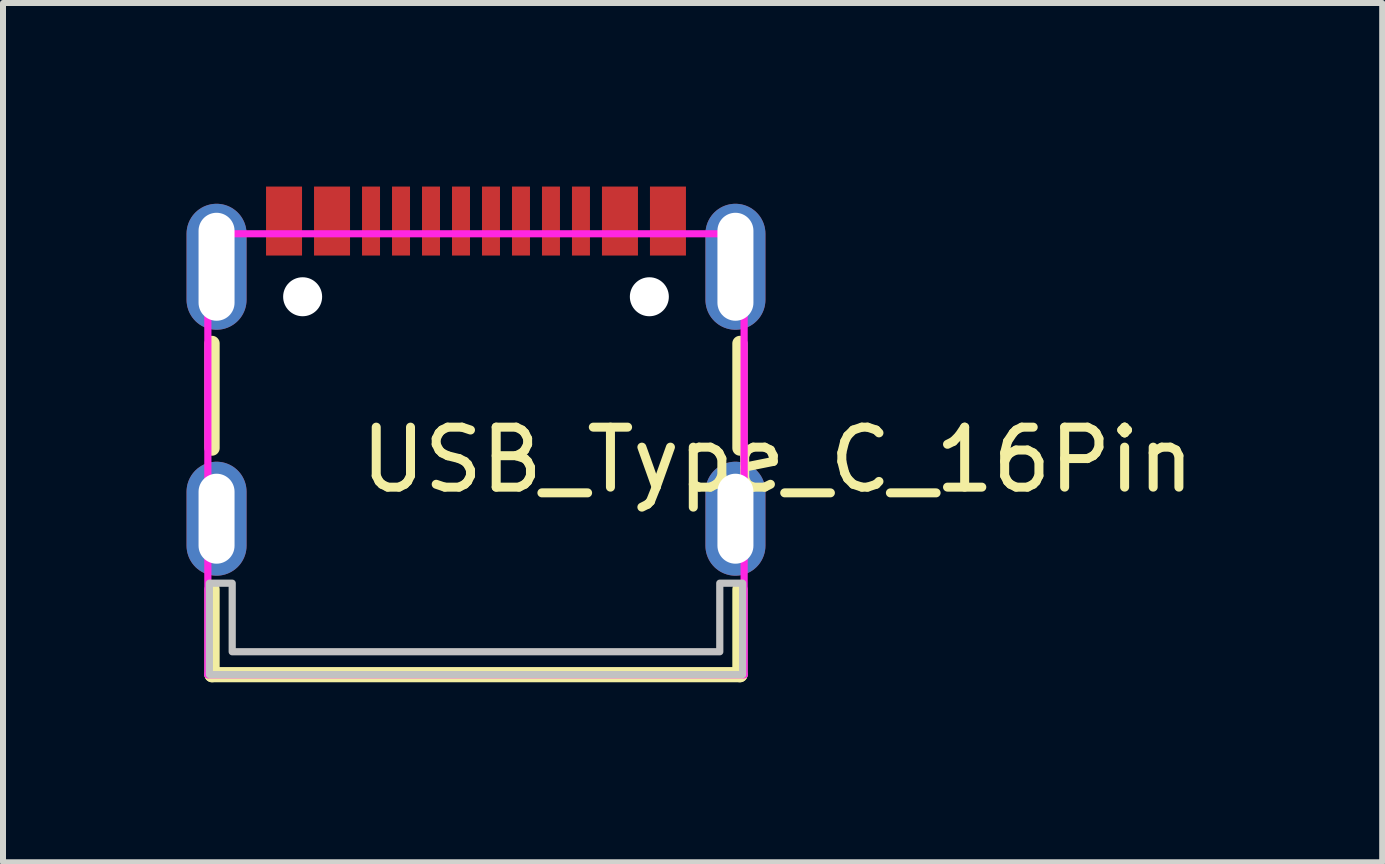
<source format=kicad_pcb>
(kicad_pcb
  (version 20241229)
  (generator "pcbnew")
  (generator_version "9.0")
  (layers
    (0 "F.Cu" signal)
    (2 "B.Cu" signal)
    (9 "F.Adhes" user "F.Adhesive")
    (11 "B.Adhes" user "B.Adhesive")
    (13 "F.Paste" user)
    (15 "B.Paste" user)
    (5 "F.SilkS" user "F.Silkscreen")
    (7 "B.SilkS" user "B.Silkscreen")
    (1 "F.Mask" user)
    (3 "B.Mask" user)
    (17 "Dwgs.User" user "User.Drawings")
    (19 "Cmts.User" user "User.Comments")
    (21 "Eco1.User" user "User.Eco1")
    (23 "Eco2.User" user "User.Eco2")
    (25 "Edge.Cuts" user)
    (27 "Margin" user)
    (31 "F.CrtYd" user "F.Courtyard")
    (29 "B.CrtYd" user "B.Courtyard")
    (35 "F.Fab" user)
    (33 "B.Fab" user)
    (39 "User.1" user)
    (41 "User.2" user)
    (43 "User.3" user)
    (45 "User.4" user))
  (footprint "USB_Type_C_16Pin"
    (layer "F.Cu")
    (at 4.885 3.116)
    (property "Reference" "USB_Type_C_16Pin" (at -2 1.5 0) (layer "F.SilkS") (effects (font (size 1 1) (thickness 0.15)) (justify left)))
    (attr through_hole)
    (fp_line (start -4.4 1.304) (end -4.4 -0.441) (stroke (width 0.254) (type solid)) (layer "F.SilkS"))
    (fp_line (start -4.4 5.081) (end -4.4 3.659) (stroke (width 0.254) (type solid)) (layer "F.SilkS"))
    (fp_line (start -4.4 5.081) (end 4.4 5.081) (stroke (width 0.254) (type solid)) (layer "F.SilkS"))
    (fp_line (start 4.4 1.304) (end 4.4 -0.441) (stroke (width 0.254) (type solid)) (layer "F.SilkS"))
    (fp_line (start 4.4 5.081) (end 4.4 3.659) (stroke (width 0.254) (type solid)) (layer "F.SilkS"))
    (fp_poly (pts (xy -3.5 -3.056) (xy -2.9 -3.056) (xy -2.9 -1.906) (xy -3.5 -1.906)) (stroke (width 0.12) (type solid)) (fill yes) (layer "F.Paste"))
    (fp_poly (pts (xy -2.7 -3.056) (xy -2.1 -3.056) (xy -2.1 -1.906) (xy -2.7 -1.906)) (stroke (width 0.12) (type solid)) (fill yes) (layer "F.Paste"))
    (fp_poly (pts (xy -1.9 -3.056) (xy -1.6 -3.056) (xy -1.6 -1.906) (xy -1.9 -1.906)) (stroke (width 0.12) (type solid)) (fill yes) (layer "F.Paste"))
    (fp_poly (pts (xy -1.4 -3.056) (xy -1.1 -3.056) (xy -1.1 -1.906) (xy -1.4 -1.906)) (stroke (width 0.12) (type solid)) (fill yes) (layer "F.Paste"))
    (fp_poly (pts (xy -0.9 -3.056) (xy -0.6 -3.056) (xy -0.6 -1.906) (xy -0.9 -1.906)) (stroke (width 0.12) (type solid)) (fill yes) (layer "F.Paste"))
    (fp_poly (pts (xy -0.4 -3.056) (xy -0.1 -3.056) (xy -0.1 -1.906) (xy -0.4 -1.906)) (stroke (width 0.12) (type solid)) (fill yes) (layer "F.Paste"))
    (fp_poly (pts (xy 0.1 -3.056) (xy 0.4 -3.056) (xy 0.4 -1.906) (xy 0.1 -1.906)) (stroke (width 0.12) (type solid)) (fill yes) (layer "F.Paste"))
    (fp_poly (pts (xy 0.6 -3.056) (xy 0.9 -3.056) (xy 0.9 -1.906) (xy 0.6 -1.906)) (stroke (width 0.12) (type solid)) (fill yes) (layer "F.Paste"))
    (fp_poly (pts (xy 1.1 -3.056) (xy 1.4 -3.056) (xy 1.4 -1.906) (xy 1.1 -1.906)) (stroke (width 0.12) (type solid)) (fill yes) (layer "F.Paste"))
    (fp_poly (pts (xy 1.6 -3.056) (xy 1.9 -3.056) (xy 1.9 -1.906) (xy 1.6 -1.906)) (stroke (width 0.12) (type solid)) (fill yes) (layer "F.Paste"))
    (fp_poly (pts (xy 2.1 -3.056) (xy 2.7 -3.056) (xy 2.7 -1.906) (xy 2.1 -1.906)) (stroke (width 0.12) (type solid)) (fill yes) (layer "F.Paste"))
    (fp_poly (pts (xy 2.9 -3.056) (xy 3.5 -3.056) (xy 3.5 -1.906) (xy 2.9 -1.906)) (stroke (width 0.12) (type solid)) (fill yes) (layer "F.Paste"))
    (fp_poly (pts (xy -4.825 -2.269) (xy -4.815 -2.366) (xy -4.787 -2.46) (xy -4.741 -2.546) (xy -4.679 -2.622) (xy -4.603 -2.684) (xy -4.516 -2.731) (xy -4.423 -2.759) (xy -4.325 -2.769) (xy -4.227 -2.759) (xy -4.134 -2.731) (xy -4.047 -2.684) (xy -3.971 -2.622) (xy -3.909 -2.546) (xy -3.863 -2.46) (xy -3.835 -2.366) (xy -3.825 -2.269) (xy -3.825 -1.169) (xy -3.835 -1.071) (xy -3.863 -0.977) (xy -3.909 -0.891) (xy -3.971 -0.815) (xy -4.047 -0.753) (xy -4.134 -0.707) (xy -4.227 -0.678) (xy -4.325 -0.669) (xy -4.423 -0.678) (xy -4.516 -0.707) (xy -4.603 -0.753) (xy -4.679 -0.815) (xy -4.741 -0.891) (xy -4.787 -0.977) (xy -4.815 -1.071) (xy -4.825 -1.169)) (stroke (width 0.12) (type solid)) (fill yes) (layer "F.Paste"))
    (fp_poly (pts (xy -4.825 2.031) (xy -4.815 1.934) (xy -4.787 1.84) (xy -4.741 1.754) (xy -4.679 1.678) (xy -4.603 1.616) (xy -4.516 1.569) (xy -4.423 1.541) (xy -4.325 1.531) (xy -4.227 1.541) (xy -4.134 1.569) (xy -4.047 1.616) (xy -3.971 1.678) (xy -3.909 1.754) (xy -3.863 1.84) (xy -3.835 1.934) (xy -3.825 2.031) (xy -3.825 2.931) (xy -3.835 3.029) (xy -3.863 3.123) (xy -3.909 3.209) (xy -3.971 3.285) (xy -4.047 3.347) (xy -4.134 3.393) (xy -4.227 3.422) (xy -4.325 3.431) (xy -4.423 3.422) (xy -4.516 3.393) (xy -4.603 3.347) (xy -4.679 3.285) (xy -4.741 3.209) (xy -4.787 3.123) (xy -4.815 3.029) (xy -4.825 2.931)) (stroke (width 0.12) (type solid)) (fill yes) (layer "F.Paste"))
    (fp_poly (pts (xy 3.825 -2.269) (xy 3.835 -2.366) (xy 3.863 -2.46) (xy 3.909 -2.546) (xy 3.971 -2.622) (xy 4.047 -2.684) (xy 4.134 -2.731) (xy 4.227 -2.759) (xy 4.325 -2.769) (xy 4.423 -2.759) (xy 4.516 -2.731) (xy 4.603 -2.684) (xy 4.679 -2.622) (xy 4.741 -2.546) (xy 4.787 -2.46) (xy 4.815 -2.366) (xy 4.825 -2.269) (xy 4.825 -1.169) (xy 4.815 -1.071) (xy 4.787 -0.977) (xy 4.741 -0.891) (xy 4.679 -0.815) (xy 4.603 -0.753) (xy 4.516 -0.707) (xy 4.423 -0.678) (xy 4.325 -0.669) (xy 4.227 -0.678) (xy 4.134 -0.707) (xy 4.047 -0.753) (xy 3.971 -0.815) (xy 3.909 -0.891) (xy 3.863 -0.977) (xy 3.835 -1.071) (xy 3.825 -1.169)) (stroke (width 0.12) (type solid)) (fill yes) (layer "F.Paste"))
    (fp_poly (pts (xy 3.825 2.031) (xy 3.835 1.934) (xy 3.863 1.84) (xy 3.909 1.754) (xy 3.971 1.678) (xy 4.047 1.616) (xy 4.134 1.569) (xy 4.227 1.541) (xy 4.325 1.531) (xy 4.423 1.541) (xy 4.516 1.569) (xy 4.603 1.616) (xy 4.679 1.678) (xy 4.741 1.754) (xy 4.787 1.84) (xy 4.815 1.934) (xy 4.825 2.031) (xy 4.825 2.931) (xy 4.815 3.029) (xy 4.787 3.123) (xy 4.741 3.209) (xy 4.679 3.285) (xy 4.603 3.347) (xy 4.516 3.393) (xy 4.423 3.422) (xy 4.325 3.431) (xy 4.227 3.422) (xy 4.134 3.393) (xy 4.047 3.347) (xy 3.971 3.285) (xy 3.909 3.209) (xy 3.863 3.123) (xy 3.835 3.029) (xy 3.825 2.931)) (stroke (width 0.12) (type solid)) (fill yes) (layer "F.Paste"))
    (fp_circle (center -2.89 -1.219) (end -2.74 -1.219) (stroke (width 0.3) (type solid)) (fill no) (layer "Dwgs.User"))
    (fp_circle (center 2.89 -1.219) (end 3.04 -1.219) (stroke (width 0.3) (type solid)) (fill no) (layer "Dwgs.User"))
    (fp_poly (pts (xy -4.445 3.556) (xy -4.445 5.08) (xy 4.445 5.08) (xy 4.445 3.556) (xy 4.064 3.556) (xy 4.064 4.699) (xy -4.064 4.699) (xy -4.064 3.556)) (stroke (width 0.12) (type solid)) (fill no) (layer "Dwgs.User"))
    (fp_circle (center -4.475 -2.769) (end -4.445 -2.769) (stroke (width 0.06) (type solid)) (fill no) (layer "Eco2.User"))
    (fp_poly (pts (xy -4.475 -2.269) (xy -4.175 -2.269) (xy -4.175 -1.169) (xy -4.475 -1.169)) (stroke (width 0.12) (type solid)) (fill no) (layer "Eco2.User"))
    (fp_poly (pts (xy -4.475 2.081) (xy -4.175 2.081) (xy -4.175 2.881) (xy -4.475 2.881)) (stroke (width 0.12) (type solid)) (fill no) (layer "Eco2.User"))
    (fp_poly (pts (xy -3.4 -2.769) (xy -3 -2.769) (xy -3 -2.169) (xy -3.4 -2.169)) (stroke (width 0.12) (type solid)) (fill no) (layer "Eco2.User"))
    (fp_poly (pts (xy -2.6 -2.769) (xy -2.2 -2.769) (xy -2.2 -2.169) (xy -2.6 -2.169)) (stroke (width 0.12) (type solid)) (fill no) (layer "Eco2.User"))
    (fp_poly (pts (xy -1.85 -2.769) (xy -1.65 -2.769) (xy -1.65 -2.169) (xy -1.85 -2.169)) (stroke (width 0.12) (type solid)) (fill no) (layer "Eco2.User"))
    (fp_poly (pts (xy -1.35 -2.769) (xy -1.15 -2.769) (xy -1.15 -2.169) (xy -1.35 -2.169)) (stroke (width 0.12) (type solid)) (fill no) (layer "Eco2.User"))
    (fp_poly (pts (xy -0.85 -2.769) (xy -0.65 -2.769) (xy -0.65 -2.169) (xy -0.85 -2.169)) (stroke (width 0.12) (type solid)) (fill no) (layer "Eco2.User"))
    (fp_poly (pts (xy -0.35 -2.769) (xy -0.15 -2.769) (xy -0.15 -2.169) (xy -0.35 -2.169)) (stroke (width 0.12) (type solid)) (fill no) (layer "Eco2.User"))
    (fp_poly (pts (xy 0.15 -2.769) (xy 0.35 -2.769) (xy 0.35 -2.169) (xy 0.15 -2.169)) (stroke (width 0.12) (type solid)) (fill no) (layer "Eco2.User"))
    (fp_poly (pts (xy 0.65 -2.769) (xy 0.85 -2.769) (xy 0.85 -2.169) (xy 0.65 -2.169)) (stroke (width 0.12) (type solid)) (fill no) (layer "Eco2.User"))
    (fp_poly (pts (xy 1.15 -2.769) (xy 1.35 -2.769) (xy 1.35 -2.169) (xy 1.15 -2.169)) (stroke (width 0.12) (type solid)) (fill no) (layer "Eco2.User"))
    (fp_poly (pts (xy 1.65 -2.769) (xy 1.85 -2.769) (xy 1.85 -2.169) (xy 1.65 -2.169)) (stroke (width 0.12) (type solid)) (fill no) (layer "Eco2.User"))
    (fp_poly (pts (xy 2.2 -2.769) (xy 2.6 -2.769) (xy 2.6 -2.169) (xy 2.2 -2.169)) (stroke (width 0.12) (type solid)) (fill no) (layer "Eco2.User"))
    (fp_poly (pts (xy 3 -2.769) (xy 3.4 -2.769) (xy 3.4 -2.169) (xy 3 -2.169)) (stroke (width 0.12) (type solid)) (fill no) (layer "Eco2.User"))
    (fp_poly (pts (xy 4.175 -2.269) (xy 4.475 -2.269) (xy 4.475 -1.169) (xy 4.175 -1.169)) (stroke (width 0.12) (type solid)) (fill no) (layer "Eco2.User"))
    (fp_poly (pts (xy 4.175 2.081) (xy 4.475 2.081) (xy 4.475 2.881) (xy 4.175 2.881)) (stroke (width 0.12) (type solid)) (fill no) (layer "Eco2.User"))
    (fp_line (start -4.47 -2.269) (end 4.47 -2.269) (stroke (width 0.12) (type solid)) (layer "F.CrtYd"))
    (fp_line (start -4.47 5.082) (end -4.47 -2.269) (stroke (width 0.12) (type solid)) (layer "F.CrtYd"))
    (fp_line (start 4.47 -2.269) (end 4.47 5.082) (stroke (width 0.12) (type solid)) (layer "F.CrtYd"))
    (fp_line (start 4.47 5.082) (end -4.47 5.082) (stroke (width 0.12) (type solid)) (layer "F.CrtYd"))
    (pad "" np_thru_hole circle (at -2.89 -1.219) (size 0.65 0.65) (drill 0.65) (layers "*.Cu" "*.Mask"))
    (pad "" np_thru_hole circle (at 2.89 -1.219) (size 0.65 0.65) (drill 0.65) (layers "*.Cu" "*.Mask"))
    (pad "13" thru_hole oval (at -4.325 -1.719) (size 1 2.1) (drill oval 0.6 1.8) (layers "*.Cu" "*.Mask"))
    (pad "14" thru_hole oval (at 4.325 -1.719) (size 1 2.1) (drill oval 0.6 1.8) (layers "*.Cu" "*.Mask"))
    (pad "15" thru_hole oval (at -4.325 2.481) (size 1 1.9) (drill oval 0.6 1.5) (layers "*.Cu" "*.Mask"))
    (pad "16" thru_hole oval (at 4.325 2.481) (size 1 1.9) (drill oval 0.6 1.5) (layers "*.Cu" "*.Mask"))
    (pad "A1B12" smd rect (at -3.2 -2.481) (size 0.6 1.15) (layers "F.Cu" "F.Mask" "F.Paste"))
    (pad "A4B9" smd rect (at -2.4 -2.481) (size 0.6 1.15) (layers "F.Cu" "F.Mask" "F.Paste"))
    (pad "A5" smd rect (at -1.25 -2.481) (size 0.3 1.15) (layers "F.Cu" "F.Mask" "F.Paste"))
    (pad "A6" smd rect (at -0.25 -2.481) (size 0.3 1.15) (layers "F.Cu" "F.Mask" "F.Paste"))
    (pad "A7" smd rect (at 0.25 -2.481) (size 0.3 1.15) (layers "F.Cu" "F.Mask" "F.Paste"))
    (pad "A8" smd rect (at 1.25 -2.481) (size 0.3 1.15) (layers "F.Cu" "F.Mask" "F.Paste"))
    (pad "B1A12" smd rect (at 3.2 -2.481) (size 0.6 1.15) (layers "F.Cu" "F.Mask" "F.Paste"))
    (pad "B4A9" smd rect (at 2.4 -2.481) (size 0.6 1.15) (layers "F.Cu" "F.Mask" "F.Paste"))
    (pad "B5" smd rect (at 1.75 -2.481) (size 0.3 1.15) (layers "F.Cu" "F.Mask" "F.Paste"))
    (pad "B6" smd rect (at 0.75 -2.481) (size 0.3 1.15) (layers "F.Cu" "F.Mask" "F.Paste"))
    (pad "B7" smd rect (at -0.75 -2.481) (size 0.3 1.15) (layers "F.Cu" "F.Mask" "F.Paste"))
    (pad "B8" smd rect (at -1.75 -2.481) (size 0.3 1.15) (layers "F.Cu" "F.Mask" "F.Paste")))
  (gr_rect
    (start -3 -3)
    (end 19.992 11.324)
    (stroke (width 0.1) (type default))
    (fill no)
    (layer "Edge.Cuts")))
</source>
